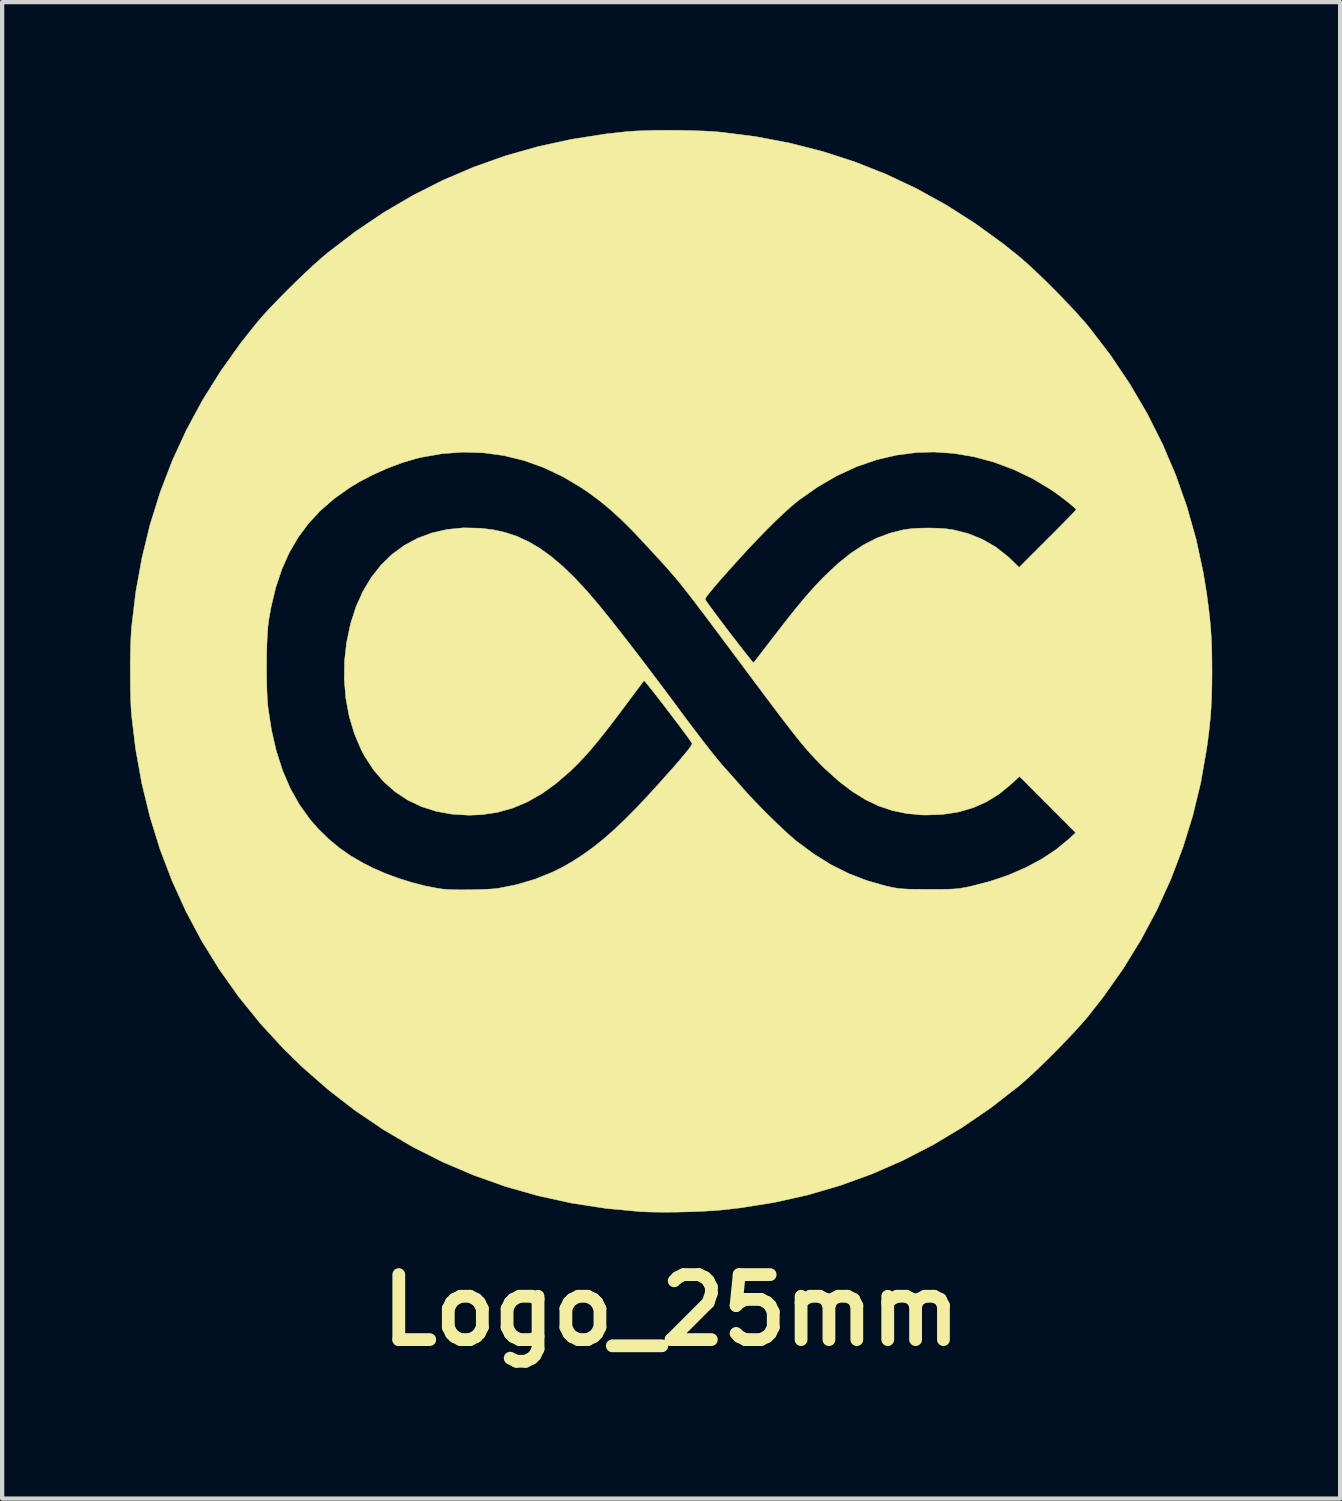
<source format=kicad_pcb>
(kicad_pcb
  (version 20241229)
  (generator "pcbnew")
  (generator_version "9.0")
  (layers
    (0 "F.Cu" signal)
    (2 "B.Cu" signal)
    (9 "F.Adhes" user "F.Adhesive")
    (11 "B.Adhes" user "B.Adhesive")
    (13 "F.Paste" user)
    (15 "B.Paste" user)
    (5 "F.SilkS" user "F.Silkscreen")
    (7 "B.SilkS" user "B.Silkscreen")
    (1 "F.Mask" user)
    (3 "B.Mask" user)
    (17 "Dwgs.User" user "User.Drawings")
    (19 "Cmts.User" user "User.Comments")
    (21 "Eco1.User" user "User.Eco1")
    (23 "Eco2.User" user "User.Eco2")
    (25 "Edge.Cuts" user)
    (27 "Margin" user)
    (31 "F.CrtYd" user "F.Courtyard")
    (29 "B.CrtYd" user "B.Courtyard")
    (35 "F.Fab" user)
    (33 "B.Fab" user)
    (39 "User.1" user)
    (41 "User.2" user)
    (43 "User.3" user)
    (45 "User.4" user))
  (footprint "Logo_25mm"
    (layer "F.Cu")
    (at 12.688 12.689)
    (property "Reference" "Logo_25mm" (at 0 14.986 0) (layer "F.SilkS") (effects (font (size 1.524 1.524) (thickness 0.3))))
    (attr through_hole)
    (fp_poly (pts (xy 0.214 -12.682) (xy 0.495 -12.676) (xy 0.759 -12.667) (xy 0.996 -12.654) (xy 1.168 -12.64) (xy 1.983 -12.536) (xy 2.777 -12.385) (xy 3.551 -12.188) (xy 4.306 -11.944) (xy 5.041 -11.653) (xy 5.757 -11.315) (xy 6.454 -10.93) (xy 7.132 -10.497) (xy 7.793 -10.018) (xy 8.153 -9.729) (xy 8.315 -9.59) (xy 8.501 -9.42) (xy 8.704 -9.226) (xy 8.916 -9.018) (xy 9.128 -8.803) (xy 9.333 -8.589) (xy 9.523 -8.384) (xy 9.691 -8.196) (xy 9.813 -8.051) (xy 10.311 -7.399) (xy 10.762 -6.727) (xy 11.167 -6.035) (xy 11.524 -5.325) (xy 11.834 -4.597) (xy 12.097 -3.852) (xy 12.312 -3.09) (xy 12.479 -2.311) (xy 12.558 -1.826) (xy 12.598 -1.527) (xy 12.63 -1.259) (xy 12.653 -1.006) (xy 12.669 -0.755) (xy 12.679 -0.49) (xy 12.683 -0.197) (xy 12.684 0) (xy 12.682 0.316) (xy 12.675 0.596) (xy 12.663 0.854) (xy 12.645 1.105) (xy 12.618 1.362) (xy 12.584 1.64) (xy 12.558 1.826) (xy 12.421 2.61) (xy 12.235 3.382) (xy 12.001 4.138) (xy 11.72 4.877) (xy 11.392 5.599) (xy 11.018 6.3) (xy 10.599 6.981) (xy 10.134 7.64) (xy 9.767 8.107) (xy 9.629 8.267) (xy 9.463 8.451) (xy 9.275 8.65) (xy 9.074 8.858) (xy 8.867 9.066) (xy 8.662 9.266) (xy 8.468 9.45) (xy 8.291 9.611) (xy 8.153 9.729) (xy 7.503 10.236) (xy 6.833 10.695) (xy 6.145 11.107) (xy 5.438 11.472) (xy 4.712 11.79) (xy 3.968 12.06) (xy 3.206 12.283) (xy 2.426 12.458) (xy 1.627 12.586) (xy 1.184 12.636) (xy 0.965 12.653) (xy 0.712 12.668) (xy 0.439 12.678) (xy 0.159 12.685) (xy -0.116 12.688) (xy -0.373 12.686) (xy -0.6 12.68) (xy -0.714 12.675) (xy -1.532 12.598) (xy -2.333 12.475) (xy -3.118 12.303) (xy -3.884 12.085) (xy -4.631 11.82) (xy -5.358 11.51) (xy -6.063 11.154) (xy -6.745 10.753) (xy -7.404 10.307) (xy -8.038 9.818) (xy -8.646 9.286) (xy -9.094 8.849) (xy -9.637 8.258) (xy -10.137 7.64) (xy -10.595 6.994) (xy -11.009 6.324) (xy -11.38 5.628) (xy -11.706 4.91) (xy -11.988 4.169) (xy -12.224 3.407) (xy -12.414 2.625) (xy -12.558 1.824) (xy -12.652 1.041) (xy -12.664 0.878) (xy -12.673 0.674) (xy -12.679 0.441) (xy -12.682 0.19) (xy -12.682 0.05) (xy -9.487 0.05) (xy -9.484 0.284) (xy -9.477 0.5) (xy -9.468 0.69) (xy -9.454 0.843) (xy -9.453 0.851) (xy -9.372 1.382) (xy -9.258 1.875) (xy -9.111 2.331) (xy -8.931 2.749) (xy -8.717 3.13) (xy -8.47 3.475) (xy -8.271 3.702) (xy -8.027 3.94) (xy -7.779 4.146) (xy -7.514 4.331) (xy -7.22 4.501) (xy -6.982 4.621) (xy -6.696 4.746) (xy -6.386 4.86) (xy -6.068 4.959) (xy -5.755 5.039) (xy -5.462 5.095) (xy -5.334 5.113) (xy -5.221 5.121) (xy -5.07 5.126) (xy -4.894 5.128) (xy -4.705 5.126) (xy -4.515 5.122) (xy -4.338 5.115) (xy -4.184 5.106) (xy -4.067 5.094) (xy -4.051 5.092) (xy -3.619 5.006) (xy -3.193 4.879) (xy -2.788 4.716) (xy -2.565 4.606) (xy -2.319 4.466) (xy -2.077 4.311) (xy -1.837 4.138) (xy -1.593 3.944) (xy -1.341 3.723) (xy -1.078 3.473) (xy -0.799 3.191) (xy -0.499 2.871) (xy -0.282 2.632) (xy -0.085 2.411) (xy 0.08 2.225) (xy 0.213 2.071) (xy 0.318 1.946) (xy 0.397 1.849) (xy 0.45 1.777) (xy 0.481 1.728) (xy 0.492 1.698) (xy 0.49 1.691) (xy 0.461 1.646) (xy 0.407 1.57) (xy 0.333 1.469) (xy 0.243 1.347) (xy 0.14 1.211) (xy 0.03 1.066) (xy -0.083 0.917) (xy -0.197 0.769) (xy -0.305 0.628) (xy -0.405 0.5) (xy -0.492 0.39) (xy -0.562 0.303) (xy -0.61 0.245) (xy -0.634 0.221) (xy -0.635 0.221) (xy -0.654 0.246) (xy -0.7 0.306) (xy -0.768 0.397) (xy -0.856 0.514) (xy -0.958 0.651) (xy -1.072 0.804) (xy -1.136 0.889) (xy -1.351 1.174) (xy -1.542 1.422) (xy -1.715 1.638) (xy -1.873 1.828) (xy -2.021 1.996) (xy -2.164 2.148) (xy -2.306 2.289) (xy -2.369 2.349) (xy -2.703 2.637) (xy -3.037 2.877) (xy -3.374 3.068) (xy -3.717 3.212) (xy -4.07 3.311) (xy -4.435 3.365) (xy -4.733 3.378) (xy -5.13 3.355) (xy -5.504 3.288) (xy -5.854 3.177) (xy -6.177 3.023) (xy -6.474 2.827) (xy -6.742 2.59) (xy -6.98 2.312) (xy -7.187 1.995) (xy -7.265 1.849) (xy -7.427 1.469) (xy -7.548 1.066) (xy -7.627 0.643) (xy -7.664 0.209) (xy -7.659 -0.233) (xy -7.61 -0.675) (xy -7.517 -1.112) (xy -7.517 -1.112) (xy -7.389 -1.511) (xy -7.226 -1.874) (xy -7.03 -2.2) (xy -6.802 -2.489) (xy -6.545 -2.739) (xy -6.259 -2.948) (xy -5.947 -3.117) (xy -5.609 -3.242) (xy -5.249 -3.324) (xy -4.867 -3.361) (xy -4.464 -3.352) (xy -4.461 -3.352) (xy -4.168 -3.315) (xy -3.886 -3.252) (xy -3.613 -3.161) (xy -3.346 -3.038) (xy -3.081 -2.882) (xy -2.815 -2.691) (xy -2.545 -2.462) (xy -2.267 -2.194) (xy -1.978 -1.884) (xy -1.676 -1.53) (xy -1.54 -1.362) (xy -1.277 -1.031) (xy -1.009 -0.688) (xy -0.732 -0.328) (xy -0.441 0.055) (xy -0.13 0.468) (xy 0.203 0.916) (xy 0.237 0.962) (xy 0.391 1.17) (xy 0.547 1.376) (xy 0.698 1.574) (xy 0.841 1.759) (xy 0.971 1.924) (xy 1.084 2.064) (xy 1.173 2.172) (xy 1.217 2.223) (xy 1.333 2.352) (xy 1.457 2.492) (xy 1.578 2.628) (xy 1.681 2.745) (xy 1.702 2.769) (xy 1.83 2.911) (xy 1.982 3.071) (xy 2.148 3.242) (xy 2.32 3.414) (xy 2.492 3.581) (xy 2.655 3.735) (xy 2.802 3.869) (xy 2.924 3.973) (xy 2.946 3.991) (xy 3.349 4.29) (xy 3.753 4.54) (xy 4.164 4.746) (xy 4.588 4.91) (xy 5.031 5.036) (xy 5.131 5.058) (xy 5.22 5.077) (xy 5.303 5.091) (xy 5.389 5.101) (xy 5.487 5.108) (xy 5.605 5.113) (xy 5.752 5.115) (xy 5.936 5.116) (xy 6.045 5.117) (xy 6.248 5.117) (xy 6.408 5.115) (xy 6.536 5.112) (xy 6.641 5.107) (xy 6.731 5.099) (xy 6.815 5.087) (xy 6.903 5.071) (xy 7.005 5.05) (xy 7.016 5.048) (xy 7.472 4.931) (xy 7.907 4.784) (xy 8.316 4.607) (xy 8.694 4.404) (xy 9.035 4.178) (xy 9.335 3.93) (xy 9.346 3.92) (xy 9.487 3.788) (xy 8.17 2.467) (xy 7.982 2.642) (xy 7.7 2.875) (xy 7.4 3.062) (xy 7.079 3.205) (xy 6.735 3.304) (xy 6.367 3.36) (xy 5.972 3.374) (xy 5.867 3.371) (xy 5.52 3.338) (xy 5.189 3.269) (xy 4.869 3.162) (xy 4.557 3.013) (xy 4.249 2.822) (xy 3.939 2.586) (xy 3.624 2.303) (xy 3.542 2.223) (xy 3.456 2.135) (xy 3.374 2.05) (xy 3.294 1.965) (xy 3.213 1.875) (xy 3.129 1.778) (xy 3.038 1.669) (xy 2.939 1.546) (xy 2.827 1.404) (xy 2.701 1.24) (xy 2.556 1.051) (xy 2.392 0.833) (xy 2.204 0.583) (xy 1.99 0.297) (xy 1.891 0.165) (xy 1.631 -0.184) (xy 1.399 -0.495) (xy 1.192 -0.772) (xy 1.009 -1.017) (xy 0.846 -1.234) (xy 0.702 -1.425) (xy 0.574 -1.593) (xy 0.503 -1.686) (xy 0.798 -1.686) (xy 0.799 -1.685) (xy 0.818 -1.652) (xy 0.864 -1.586) (xy 0.931 -1.493) (xy 1.016 -1.377) (xy 1.115 -1.245) (xy 1.223 -1.102) (xy 1.336 -0.953) (xy 1.45 -0.804) (xy 1.561 -0.66) (xy 1.665 -0.526) (xy 1.757 -0.408) (xy 1.835 -0.311) (xy 1.892 -0.241) (xy 1.926 -0.203) (xy 1.933 -0.197) (xy 1.952 -0.222) (xy 1.999 -0.281) (xy 2.068 -0.37) (xy 2.155 -0.483) (xy 2.257 -0.616) (xy 2.37 -0.762) (xy 2.389 -0.787) (xy 2.598 -1.058) (xy 2.782 -1.292) (xy 2.946 -1.496) (xy 3.094 -1.675) (xy 3.231 -1.834) (xy 3.36 -1.979) (xy 3.488 -2.115) (xy 3.607 -2.236) (xy 3.915 -2.525) (xy 4.217 -2.767) (xy 4.518 -2.965) (xy 4.821 -3.12) (xy 5.132 -3.237) (xy 5.455 -3.317) (xy 5.459 -3.318) (xy 5.623 -3.34) (xy 5.821 -3.353) (xy 6.036 -3.357) (xy 6.251 -3.352) (xy 6.452 -3.338) (xy 6.608 -3.316) (xy 6.963 -3.228) (xy 7.297 -3.093) (xy 7.609 -2.914) (xy 7.894 -2.691) (xy 7.976 -2.614) (xy 8.161 -2.434) (xy 8.83 -3.103) (xy 8.982 -3.254) (xy 9.121 -3.395) (xy 9.244 -3.52) (xy 9.348 -3.626) (xy 9.427 -3.708) (xy 9.479 -3.763) (xy 9.499 -3.787) (xy 9.5 -3.787) (xy 9.48 -3.813) (xy 9.427 -3.862) (xy 9.349 -3.928) (xy 9.252 -4.005) (xy 9.145 -4.087) (xy 9.036 -4.167) (xy 8.933 -4.24) (xy 8.9 -4.262) (xy 8.473 -4.518) (xy 8.027 -4.731) (xy 7.569 -4.902) (xy 7.103 -5.027) (xy 6.633 -5.107) (xy 6.164 -5.139) (xy 5.766 -5.128) (xy 5.285 -5.066) (xy 4.812 -4.955) (xy 4.347 -4.794) (xy 3.889 -4.583) (xy 3.439 -4.322) (xy 2.996 -4.011) (xy 2.972 -3.992) (xy 2.828 -3.873) (xy 2.657 -3.72) (xy 2.464 -3.538) (xy 2.255 -3.331) (xy 2.035 -3.105) (xy 1.808 -2.865) (xy 1.624 -2.665) (xy 1.415 -2.433) (xy 1.239 -2.236) (xy 1.095 -2.072) (xy 0.982 -1.939) (xy 0.897 -1.836) (xy 0.839 -1.761) (xy 0.807 -1.711) (xy 0.798 -1.686) (xy 0.503 -1.686) (xy 0.46 -1.742) (xy 0.356 -1.875) (xy 0.262 -1.994) (xy 0.174 -2.103) (xy 0.09 -2.204) (xy 0.007 -2.3) (xy -0.076 -2.396) (xy -0.163 -2.493) (xy -0.255 -2.594) (xy -0.356 -2.703) (xy -0.466 -2.823) (xy -0.59 -2.957) (xy -0.664 -3.037) (xy -0.934 -3.322) (xy -1.185 -3.57) (xy -1.425 -3.788) (xy -1.661 -3.984) (xy -1.902 -4.164) (xy -2.097 -4.298) (xy -2.54 -4.562) (xy -2.993 -4.776) (xy -3.454 -4.941) (xy -3.924 -5.056) (xy -4.4 -5.121) (xy -4.882 -5.136) (xy -5.369 -5.1) (xy -5.859 -5.014) (xy -5.963 -4.989) (xy -6.295 -4.892) (xy -6.643 -4.762) (xy -6.989 -4.608) (xy -7.318 -4.437) (xy -7.543 -4.3) (xy -7.903 -4.044) (xy -8.222 -3.767) (xy -8.502 -3.466) (xy -8.745 -3.139) (xy -8.953 -2.783) (xy -9.127 -2.394) (xy -9.269 -1.969) (xy -9.381 -1.507) (xy -9.441 -1.168) (xy -9.456 -1.036) (xy -9.468 -0.862) (xy -9.478 -0.657) (xy -9.484 -0.43) (xy -9.487 -0.191) (xy -9.487 0.05) (xy -12.682 0.05) (xy -12.683 -0.069) (xy -12.681 -0.326) (xy -12.676 -0.569) (xy -12.668 -0.787) (xy -12.658 -0.971) (xy -12.652 -1.041) (xy -12.553 -1.863) (xy -12.408 -2.663) (xy -12.218 -3.441) (xy -11.981 -4.198) (xy -11.698 -4.935) (xy -11.368 -5.652) (xy -10.991 -6.35) (xy -10.567 -7.029) (xy -10.096 -7.691) (xy -9.729 -8.153) (xy -9.592 -8.313) (xy -9.423 -8.497) (xy -9.232 -8.698) (xy -9.025 -8.908) (xy -8.812 -9.119) (xy -8.6 -9.323) (xy -8.396 -9.513) (xy -8.209 -9.68) (xy -8.058 -9.808) (xy -7.408 -10.305) (xy -6.741 -10.755) (xy -6.055 -11.157) (xy -5.351 -11.513) (xy -4.627 -11.822) (xy -3.882 -12.086) (xy -3.116 -12.303) (xy -2.329 -12.474) (xy -1.519 -12.6) (xy -1.041 -12.652) (xy -0.847 -12.666) (xy -0.613 -12.676) (xy -0.351 -12.682) (xy -0.071 -12.684) (xy 0.214 -12.682)) (stroke (width 0.01) (type solid)) (fill yes) (layer "F.SilkS")))
  (gr_rect
    (start -3 -3)
    (end 28.377 32.093)
    (stroke (width 0.1) (type default))
    (fill no)
    (layer "Edge.Cuts")))
</source>
